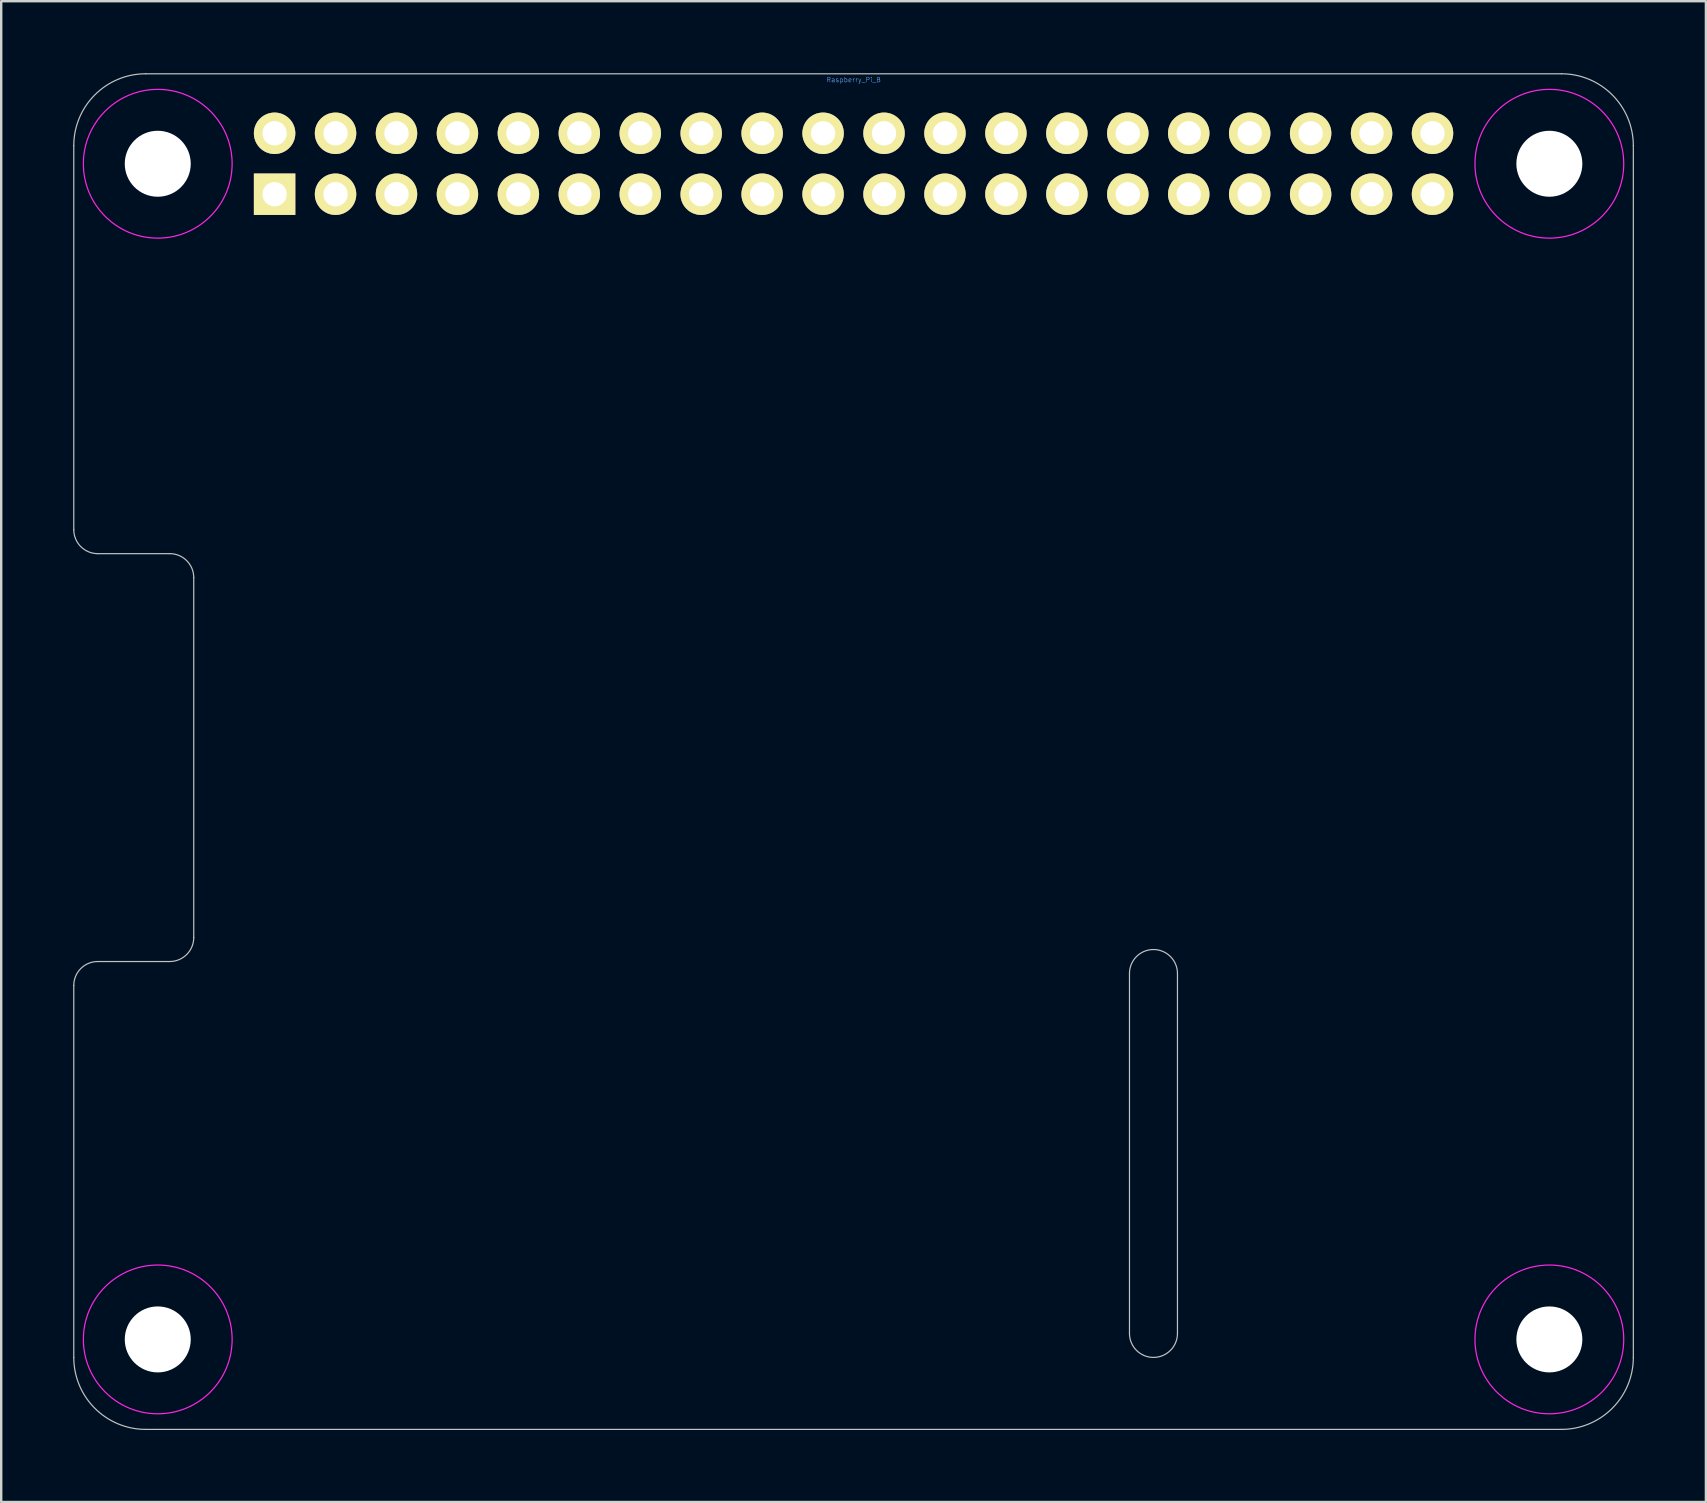
<source format=kicad_pcb>
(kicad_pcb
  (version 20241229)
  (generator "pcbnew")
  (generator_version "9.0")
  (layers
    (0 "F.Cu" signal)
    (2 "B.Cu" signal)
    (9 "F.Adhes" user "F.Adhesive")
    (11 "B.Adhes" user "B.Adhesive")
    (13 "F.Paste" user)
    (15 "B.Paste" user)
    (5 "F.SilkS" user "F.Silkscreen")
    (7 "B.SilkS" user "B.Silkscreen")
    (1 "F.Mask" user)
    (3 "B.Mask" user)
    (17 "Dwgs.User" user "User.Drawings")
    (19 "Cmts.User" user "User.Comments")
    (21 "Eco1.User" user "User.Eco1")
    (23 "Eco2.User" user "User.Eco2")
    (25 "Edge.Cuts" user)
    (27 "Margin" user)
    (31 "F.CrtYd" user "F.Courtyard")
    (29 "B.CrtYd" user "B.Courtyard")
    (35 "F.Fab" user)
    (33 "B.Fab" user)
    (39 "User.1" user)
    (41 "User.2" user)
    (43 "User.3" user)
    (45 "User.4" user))
  (footprint "Raspberry_Pi_B"
    (layer "F.Cu")
    (at 32.525 28.275)
    (property "Reference" "Raspberry_Pi_B" (at 0 -28 0) (layer "Cmts.User") (effects (font (size 0.2 0.2) (thickness 0.02))))
    (attr through_hole)
    (fp_line (start -32.5 -25.25) (end -32.5 -9.25) (stroke (width 0.05) (type solid)) (layer "Dwgs.User"))
    (fp_line (start -32.5 9.75) (end -32.5 25.25) (stroke (width 0.05) (type solid)) (layer "Dwgs.User"))
    (fp_line (start -31.5 -8.25) (end -28.5 -8.25) (stroke (width 0.05) (type solid)) (layer "Dwgs.User"))
    (fp_line (start -31.5 8.75) (end -28.5 8.75) (stroke (width 0.05) (type solid)) (layer "Dwgs.User"))
    (fp_line (start -29.5 -28.25) (end 29.5 -28.25) (stroke (width 0.05) (type solid)) (layer "Dwgs.User"))
    (fp_line (start -29.5 28.25) (end 29.5 28.25) (stroke (width 0.05) (type solid)) (layer "Dwgs.User"))
    (fp_line (start -27.5 -7.25) (end -27.5 7.75) (stroke (width 0.05) (type solid)) (layer "Dwgs.User"))
    (fp_line (start 11.5 9.25) (end 11.5 24.25) (stroke (width 0.05) (type solid)) (layer "Dwgs.User"))
    (fp_line (start 13.5 9.25) (end 13.5 24.25) (stroke (width 0.05) (type solid)) (layer "Dwgs.User"))
    (fp_line (start 32.5 -25.25) (end 32.5 25.25) (stroke (width 0.05) (type solid)) (layer "Dwgs.User"))
    (fp_arc (start -32.5 -25.25) (mid -31.62132 -27.37132) (end -29.5 -28.25) (stroke (width 0.05) (type solid)) (layer "Dwgs.User"))
    (fp_arc (start -32.5 9.75) (mid -32.207107 9.042893) (end -31.5 8.75) (stroke (width 0.05) (type solid)) (layer "Dwgs.User"))
    (fp_arc (start -31.5 -8.25) (mid -32.207107 -8.542893) (end -32.5 -9.25) (stroke (width 0.05) (type solid)) (layer "Dwgs.User"))
    (fp_arc (start -29.5 28.25) (mid -31.62132 27.37132) (end -32.5 25.25) (stroke (width 0.05) (type solid)) (layer "Dwgs.User"))
    (fp_arc (start -28.5 -8.25) (mid -27.792893 -7.957107) (end -27.5 -7.25) (stroke (width 0.05) (type solid)) (layer "Dwgs.User"))
    (fp_arc (start -27.5 7.75) (mid -27.792893 8.457107) (end -28.5 8.75) (stroke (width 0.05) (type solid)) (layer "Dwgs.User"))
    (fp_arc (start 11.5 9.25) (mid 12.5 8.25) (end 13.5 9.25) (stroke (width 0.05) (type solid)) (layer "Dwgs.User"))
    (fp_arc (start 13.5 24.25) (mid 12.5 25.25) (end 11.5 24.25) (stroke (width 0.05) (type solid)) (layer "Dwgs.User"))
    (fp_arc (start 29.5 -28.25) (mid 31.62132 -27.37132) (end 32.5 -25.25) (stroke (width 0.05) (type solid)) (layer "Dwgs.User"))
    (fp_arc (start 32.5 25.25) (mid 31.62132 27.37132) (end 29.5 28.25) (stroke (width 0.05) (type solid)) (layer "Dwgs.User"))
    (fp_circle (center -29 -24.5) (end -32.1 -24.5) (stroke (width 0.05) (type solid)) (fill no) (layer "F.CrtYd"))
    (fp_circle (center -29 24.5) (end -32.1 24.5) (stroke (width 0.05) (type solid)) (fill no) (layer "F.CrtYd"))
    (fp_circle (center 29 -24.5) (end 25.9 -24.5) (stroke (width 0.05) (type solid)) (fill no) (layer "F.CrtYd"))
    (fp_circle (center 29 24.5) (end 25.9 24.5) (stroke (width 0.05) (type solid)) (fill no) (layer "F.CrtYd"))
    (pad "" np_thru_hole circle (at -29 -24.5) (size 2.75 2.75) (drill 2.75) (layers "*.Cu" "*.Mask"))
    (pad "" np_thru_hole circle (at -29 24.5) (size 2.75 2.75) (drill 2.75) (layers "*.Cu" "*.Mask"))
    (pad "" np_thru_hole circle (at 29 -24.5) (size 2.75 2.75) (drill 2.75) (layers "*.Cu" "*.Mask"))
    (pad "" np_thru_hole circle (at 29 24.5) (size 2.75 2.75) (drill 2.75) (layers "*.Cu" "*.Mask"))
    (pad "1" thru_hole rect (at -24.13 -23.23 180) (size 1.727 1.727) (drill 1.016) (layers "*.Cu" "*.Mask" "F.SilkS"))
    (pad "2" thru_hole circle (at -24.13 -25.77 180) (size 1.727 1.727) (drill 1.016) (layers "*.Cu" "*.Mask" "F.SilkS"))
    (pad "3" thru_hole circle (at -21.59 -23.23 180) (size 1.727 1.727) (drill 1.016) (layers "*.Cu" "*.Mask" "F.SilkS"))
    (pad "4" thru_hole circle (at -21.59 -25.77 180) (size 1.727 1.727) (drill 1.016) (layers "*.Cu" "*.Mask" "F.SilkS"))
    (pad "5" thru_hole circle (at -19.05 -23.23 180) (size 1.727 1.727) (drill 1.016) (layers "*.Cu" "*.Mask" "F.SilkS"))
    (pad "6" thru_hole circle (at -19.05 -25.77 180) (size 1.727 1.727) (drill 1.016) (layers "*.Cu" "*.Mask" "F.SilkS"))
    (pad "7" thru_hole circle (at -16.51 -23.23 180) (size 1.727 1.727) (drill 1.016) (layers "*.Cu" "*.Mask" "F.SilkS"))
    (pad "8" thru_hole circle (at -16.51 -25.77 180) (size 1.727 1.727) (drill 1.016) (layers "*.Cu" "*.Mask" "F.SilkS"))
    (pad "9" thru_hole circle (at -13.97 -23.23 180) (size 1.727 1.727) (drill 1.016) (layers "*.Cu" "*.Mask" "F.SilkS"))
    (pad "10" thru_hole circle (at -13.97 -25.77 180) (size 1.727 1.727) (drill 1.016) (layers "*.Cu" "*.Mask" "F.SilkS"))
    (pad "11" thru_hole circle (at -11.43 -23.23 180) (size 1.727 1.727) (drill 1.016) (layers "*.Cu" "*.Mask" "F.SilkS"))
    (pad "12" thru_hole circle (at -11.43 -25.77 180) (size 1.727 1.727) (drill 1.016) (layers "*.Cu" "*.Mask" "F.SilkS"))
    (pad "13" thru_hole circle (at -8.89 -23.23 180) (size 1.727 1.727) (drill 1.016) (layers "*.Cu" "*.Mask" "F.SilkS"))
    (pad "14" thru_hole circle (at -8.89 -25.77 180) (size 1.727 1.727) (drill 1.016) (layers "*.Cu" "*.Mask" "F.SilkS"))
    (pad "15" thru_hole circle (at -6.35 -23.23 180) (size 1.727 1.727) (drill 1.016) (layers "*.Cu" "*.Mask" "F.SilkS"))
    (pad "16" thru_hole circle (at -6.35 -25.77 180) (size 1.727 1.727) (drill 1.016) (layers "*.Cu" "*.Mask" "F.SilkS"))
    (pad "17" thru_hole circle (at -3.81 -23.23 180) (size 1.727 1.727) (drill 1.016) (layers "*.Cu" "*.Mask" "F.SilkS"))
    (pad "18" thru_hole circle (at -3.81 -25.77 180) (size 1.727 1.727) (drill 1.016) (layers "*.Cu" "*.Mask" "F.SilkS"))
    (pad "19" thru_hole circle (at -1.27 -23.23 180) (size 1.727 1.727) (drill 1.016) (layers "*.Cu" "*.Mask" "F.SilkS"))
    (pad "20" thru_hole circle (at -1.27 -25.77 180) (size 1.727 1.727) (drill 1.016) (layers "*.Cu" "*.Mask" "F.SilkS"))
    (pad "21" thru_hole circle (at 1.27 -23.23 180) (size 1.727 1.727) (drill 1.016) (layers "*.Cu" "*.Mask" "F.SilkS"))
    (pad "22" thru_hole circle (at 1.27 -25.77 180) (size 1.727 1.727) (drill 1.016) (layers "*.Cu" "*.Mask" "F.SilkS"))
    (pad "23" thru_hole circle (at 3.81 -23.23 180) (size 1.727 1.727) (drill 1.016) (layers "*.Cu" "*.Mask" "F.SilkS"))
    (pad "24" thru_hole circle (at 3.81 -25.77 180) (size 1.727 1.727) (drill 1.016) (layers "*.Cu" "*.Mask" "F.SilkS"))
    (pad "25" thru_hole circle (at 6.35 -23.23 180) (size 1.727 1.727) (drill 1.016) (layers "*.Cu" "*.Mask" "F.SilkS"))
    (pad "26" thru_hole circle (at 6.35 -25.77 180) (size 1.727 1.727) (drill 1.016) (layers "*.Cu" "*.Mask" "F.SilkS"))
    (pad "27" thru_hole circle (at 8.89 -23.23 180) (size 1.727 1.727) (drill 1.016) (layers "*.Cu" "*.Mask" "F.SilkS"))
    (pad "28" thru_hole circle (at 8.89 -25.77 180) (size 1.727 1.727) (drill 1.016) (layers "*.Cu" "*.Mask" "F.SilkS"))
    (pad "29" thru_hole circle (at 11.43 -23.23 180) (size 1.727 1.727) (drill 1.016) (layers "*.Cu" "*.Mask" "F.SilkS"))
    (pad "30" thru_hole circle (at 11.43 -25.77 180) (size 1.727 1.727) (drill 1.016) (layers "*.Cu" "*.Mask" "F.SilkS"))
    (pad "31" thru_hole circle (at 13.97 -23.23 180) (size 1.727 1.727) (drill 1.016) (layers "*.Cu" "*.Mask" "F.SilkS"))
    (pad "32" thru_hole circle (at 13.97 -25.77 180) (size 1.727 1.727) (drill 1.016) (layers "*.Cu" "*.Mask" "F.SilkS"))
    (pad "33" thru_hole circle (at 16.51 -23.23 180) (size 1.727 1.727) (drill 1.016) (layers "*.Cu" "*.Mask" "F.SilkS"))
    (pad "34" thru_hole circle (at 16.51 -25.77 180) (size 1.727 1.727) (drill 1.016) (layers "*.Cu" "*.Mask" "F.SilkS"))
    (pad "35" thru_hole circle (at 19.05 -23.23 180) (size 1.727 1.727) (drill 1.016) (layers "*.Cu" "*.Mask" "F.SilkS"))
    (pad "36" thru_hole circle (at 19.05 -25.77 180) (size 1.727 1.727) (drill 1.016) (layers "*.Cu" "*.Mask" "F.SilkS"))
    (pad "37" thru_hole circle (at 21.59 -23.23 180) (size 1.727 1.727) (drill 1.016) (layers "*.Cu" "*.Mask" "F.SilkS"))
    (pad "38" thru_hole circle (at 21.59 -25.77 180) (size 1.727 1.727) (drill 1.016) (layers "*.Cu" "*.Mask" "F.SilkS"))
    (pad "39" thru_hole circle (at 24.13 -23.23 180) (size 1.727 1.727) (drill 1.016) (layers "*.Cu" "*.Mask" "F.SilkS"))
    (pad "40" thru_hole circle (at 24.13 -25.77 180) (size 1.727 1.727) (drill 1.016) (layers "*.Cu" "*.Mask" "F.SilkS")))
  (gr_rect
    (start -3 -3)
    (end 68.05 59.55)
    (stroke (width 0.1) (type default))
    (fill no)
    (layer "Edge.Cuts")))
</source>
